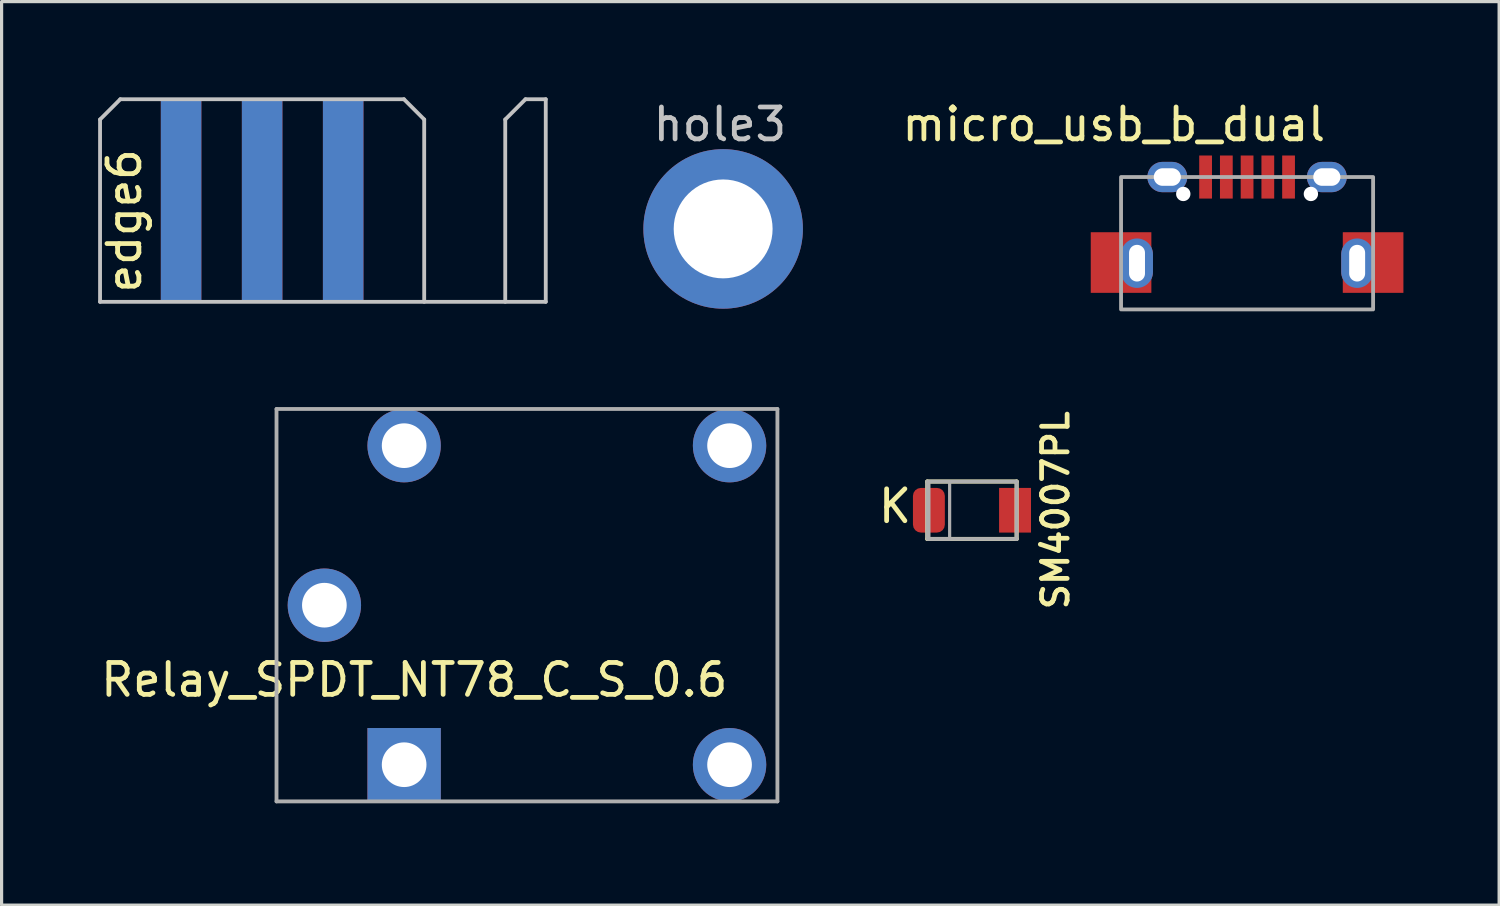
<source format=kicad_pcb>
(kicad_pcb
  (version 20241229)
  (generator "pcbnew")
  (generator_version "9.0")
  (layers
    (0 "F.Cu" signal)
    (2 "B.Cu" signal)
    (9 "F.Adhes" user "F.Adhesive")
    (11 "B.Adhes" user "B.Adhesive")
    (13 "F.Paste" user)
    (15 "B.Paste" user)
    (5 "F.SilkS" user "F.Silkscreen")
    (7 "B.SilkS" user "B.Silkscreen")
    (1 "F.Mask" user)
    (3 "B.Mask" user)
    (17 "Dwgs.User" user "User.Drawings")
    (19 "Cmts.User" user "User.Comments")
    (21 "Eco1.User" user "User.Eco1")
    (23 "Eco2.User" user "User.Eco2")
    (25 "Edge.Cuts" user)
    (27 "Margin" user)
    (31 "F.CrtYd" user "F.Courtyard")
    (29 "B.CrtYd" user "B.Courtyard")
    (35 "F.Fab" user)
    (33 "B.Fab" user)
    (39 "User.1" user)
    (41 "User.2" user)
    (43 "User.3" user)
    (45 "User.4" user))
  (footprint "edge6"
    (layer "F.Cu")
    (at 5.166 3.87)
    (property "Reference" "edge6" (at -4.318 0 90) (layer "F.SilkS") (effects (font (size 1 1) (thickness 0.15))))
    (attr smd)
    (fp_line (start -5.08 2.54) (end -5.08 -3.175) (stroke (width 0.12) (type solid)) (layer "Dwgs.User"))
    (fp_line (start -4.445 -3.81) (end -5.08 -3.175) (stroke (width 0.12) (type solid)) (layer "Dwgs.User"))
    (fp_line (start -4.445 -3.81) (end 4.445 -3.81) (stroke (width 0.12) (type solid)) (layer "Dwgs.User"))
    (fp_line (start 5.08 -3.175) (end 4.445 -3.81) (stroke (width 0.12) (type solid)) (layer "Dwgs.User"))
    (fp_line (start 5.08 2.54) (end 5.08 -3.175) (stroke (width 0.12) (type solid)) (layer "Dwgs.User"))
    (fp_line (start 7.62 -3.175) (end 7.62 2.54) (stroke (width 0.12) (type solid)) (layer "Dwgs.User"))
    (fp_line (start 8.255 -3.81) (end 7.62 -3.175) (stroke (width 0.12) (type solid)) (layer "Dwgs.User"))
    (fp_line (start 8.89 -3.81) (end 8.255 -3.81) (stroke (width 0.12) (type solid)) (layer "Dwgs.User"))
    (fp_line (start 8.89 -3.81) (end 8.89 2.54) (stroke (width 0.12) (type solid)) (layer "Dwgs.User"))
    (fp_line (start 8.89 2.54) (end -5.08 2.54) (stroke (width 0.12) (type solid)) (layer "Dwgs.User"))
    (pad "1" smd rect (at -2.54 -0.635) (size 1.27 6.35) (layers "F.Cu" "F.Mask" "F.Paste"))
    (pad "2" smd rect (at 0 -0.635) (size 1.27 6.35) (layers "F.Cu" "F.Mask" "F.Paste"))
    (pad "3" smd rect (at 2.54 -0.635) (size 1.27 6.35) (layers "F.Cu" "F.Mask" "F.Paste"))
    (pad "4" smd rect (at -2.54 -0.635) (size 1.27 6.35) (layers "B.Cu" "B.Mask" "B.Paste"))
    (pad "5" smd rect (at 0 -0.635) (size 1.27 6.35) (layers "B.Cu" "B.Mask" "B.Paste"))
    (pad "6" smd rect (at 2.54 -0.635) (size 1.27 6.35) (layers "B.Cu" "B.Mask" "B.Paste")))
  (footprint "micro_usb_b_dual"
    (layer "F.Cu")
    (at 36.038 2.499)
    (property "Reference" "micro_usb_b_dual" (at -4.178 -1.651 0) (unlocked yes) (layer "F.SilkS") (effects (font (size 1 1) (thickness 0.15))))
    (attr smd)
    (fp_line (start -3.95 0) (end -3.95 4.15) (stroke (width 0.12) (type solid)) (layer "F.Fab"))
    (fp_line (start -3.9 4.15) (end 3.9 4.15) (stroke (width 0.12) (type solid)) (layer "F.Fab"))
    (fp_line (start 3.9 0) (end -3.9 0) (stroke (width 0.12) (type solid)) (layer "F.Fab"))
    (fp_line (start 3.95 4.15) (end 3.95 0) (stroke (width 0.12) (type solid)) (layer "F.Fab"))
    (pad "" smd rect (at -3.95 2.68 180) (size 1.9 1.9) (layers "F.Cu" "F.Mask" "F.Paste"))
    (pad "" thru_hole oval (at -3.45 2.7 180) (size 1 1.55) (drill oval 0.5 1.15) (layers "*.Cu" "*.Mask"))
    (pad "" thru_hole oval (at -2.5 0 180) (size 1.25 0.95) (drill oval 0.85 0.55) (layers "*.Cu" "*.Mask"))
    (pad "" np_thru_hole circle (at -2 0.53 180) (size 0.45 0.45) (drill 0.45) (layers "*.Cu" "*.Mask"))
    (pad "" np_thru_hole circle (at 2 0.53 180) (size 0.45 0.45) (drill 0.45) (layers "*.Cu" "*.Mask"))
    (pad "" thru_hole oval (at 2.5 0 180) (size 1.25 0.95) (drill oval 0.85 0.55) (layers "*.Cu" "*.Mask"))
    (pad "" thru_hole oval (at 3.45 2.7 180) (size 1 1.55) (drill oval 0.5 1.15) (layers "*.Cu" "*.Mask"))
    (pad "" smd rect (at 3.95 2.68 180) (size 1.9 1.9) (layers "F.Cu" "F.Mask" "F.Paste"))
    (pad "1" smd rect (at -1.3 0 180) (size 0.4 1.35) (layers "F.Cu" "F.Mask" "F.Paste"))
    (pad "2" smd rect (at -0.65 0 180) (size 0.4 1.35) (layers "F.Cu" "F.Mask" "F.Paste"))
    (pad "3" smd rect (at 0 0 180) (size 0.4 1.35) (layers "F.Cu" "F.Mask" "F.Paste"))
    (pad "4" smd rect (at 0.65 0 180) (size 0.4 1.35) (layers "F.Cu" "F.Mask" "F.Paste"))
    (pad "5" smd rect (at 1.3 0 180) (size 0.4 1.35) (layers "F.Cu" "F.Mask" "F.Paste")))
  (footprint "hole3"
    (layer "F.Cu")
    (at 19.616 4.125)
    (property "Reference" "hole3" (at -0.102 -3.277 0) (layer "Dwgs.User") (effects (font (size 1 1) (thickness 0.15))))
    (attr through_hole)
    (fp_circle (center 0 0) (end 1.5 0) (stroke (width 0.05) (type solid)) (fill no) (layer "B.Fab"))
    (fp_circle (center 0 0) (end 1.5 0) (stroke (width 0.05) (type solid)) (fill no) (layer "F.Fab"))
    (pad "" np_thru_hole circle (at 0 0) (size 5 5) (drill 3.1) (layers "*.Cu")))
  (footprint "SM4007PL"
    (layer "F.Cu")
    (at 27.415 12.943)
    (property "Reference" "SM4007PL" (at 2.62 0 90) (layer "F.SilkS") (effects (font (size 0.801 0.801) (thickness 0.15))))
    (attr smd)
    (fp_line (start -1.4 -0.9) (end 1.4 -0.9) (stroke (width 0.127) (type solid)) (layer "F.SilkS"))
    (fp_line (start -1.4 0.9) (end -1.4 -0.9) (stroke (width 0.127) (type solid)) (layer "F.SilkS"))
    (fp_line (start 1.4 -0.9) (end 1.4 0.9) (stroke (width 0.127) (type solid)) (layer "F.SilkS"))
    (fp_line (start 1.4 0.9) (end -1.4 0.9) (stroke (width 0.127) (type solid)) (layer "F.SilkS"))
    (fp_line (start -1.4 -0.9) (end -1.4 0.9) (stroke (width 0.12) (type solid)) (layer "F.Fab"))
    (fp_line (start -1.35 0.9) (end 1.4 0.9) (stroke (width 0.12) (type solid)) (layer "F.Fab"))
    (fp_line (start 1.4 -0.9) (end -1.4 -0.9) (stroke (width 0.12) (type solid)) (layer "F.Fab"))
    (fp_line (start 1.4 0.9) (end 1.4 -0.9) (stroke (width 0.12) (type solid)) (layer "F.Fab"))
    (fp_poly (pts (xy -0.7 0.9) (xy -1.35 0.9) (xy -1.35 -0.9) (xy -0.7 -0.9)) (stroke (width 0.1) (type solid)) (fill no) (layer "F.Fab"))
    (fp_text user "K" (at -2.413 -0.127 0) (layer "F.SilkS") (effects (font (size 1 1) (thickness 0.15))))
    (pad "1" smd roundrect (at -1.35 0 180) (size 1 1.4) (layers "F.Cu" "F.Mask" "F.Paste") (roundrect_rratio 0.25))
    (pad "2" smd rect (at 1.35 0 180) (size 1 1.4) (layers "F.Cu" "F.Mask" "F.Paste")))
  (footprint "Relay_SPDT_NT78_C_S_0.6"
    (layer "F.Cu")
    (at 5.617 22.069)
    (property "Reference" "Relay_SPDT_NT78_C_S_0.6" (at 4.318 -3.81 180) (layer "F.SilkS") (effects (font (size 1 1) (thickness 0.15))))
    (attr smd)
    (fp_line (start 0 -12.3) (end 15.7 -12.3) (stroke (width 0.12) (type solid)) (layer "F.Fab"))
    (fp_line (start 0 0) (end 0 -12.3) (stroke (width 0.12) (type solid)) (layer "F.Fab"))
    (fp_line (start 15.7 -12.3) (end 15.7 0) (stroke (width 0.12) (type solid)) (layer "F.Fab"))
    (fp_line (start 15.7 0) (end 0 0) (stroke (width 0.12) (type solid)) (layer "F.Fab"))
    (pad "1" thru_hole rect (at 4 -1.15 180) (size 2.3 2.3) (drill 1.4) (layers "*.Cu" "*.Mask"))
    (pad "2" thru_hole circle (at 1.5 -6.15 180) (size 2.3 2.3) (drill 1.4) (layers "*.Cu" "*.Mask"))
    (pad "3" thru_hole circle (at 14.2 -1.15 180) (size 2.3 2.3) (drill 1.4) (layers "*.Cu" "*.Mask"))
    (pad "4" thru_hole circle (at 14.2 -11.15 180) (size 2.3 2.3) (drill 1.4) (layers "*.Cu" "*.Mask"))
    (pad "5" thru_hole circle (at 4 -11.15 180) (size 2.3 2.3) (drill 1.4) (layers "*.Cu" "*.Mask")))
  (gr_rect
    (start -3 -3)
    (end 43.938 25.319)
    (stroke (width 0.1) (type default))
    (fill no)
    (layer "Edge.Cuts")))
</source>
